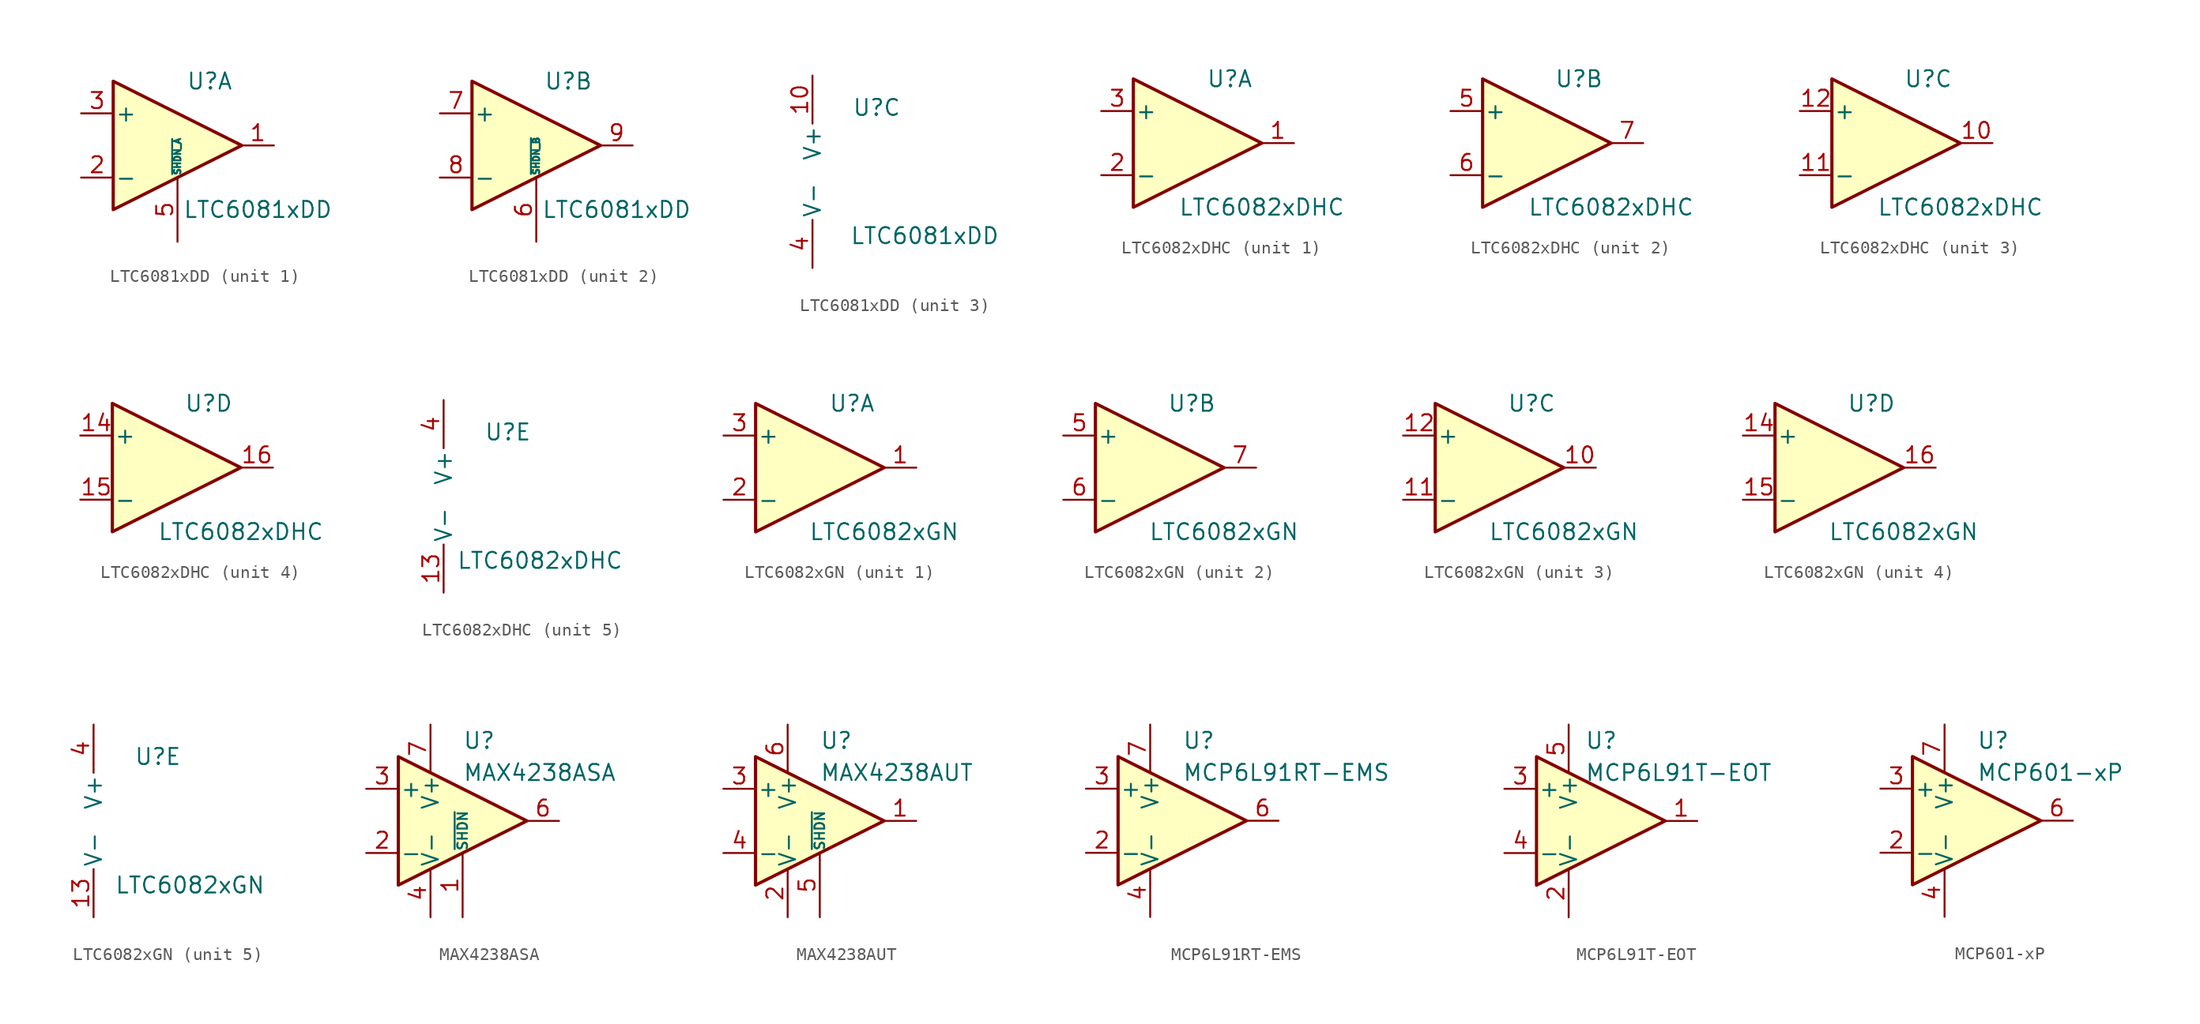
<source format=kicad_sym>
(kicad_symbol_lib
  (version 20200126)
  (host kicad_symbol_editor "(5.99.0-2908-g9a4f92dfd9)")
  (symbol "Bobs_Op_Amps:LTC6081xDD"
    (pin_names
      (offset 0.127))
    (property "Reference" "U"
      (at 2.54 5.08 0)
      (effects (font (size 1.27 1.27))))
    (property "Value" "LTC6081xDD"
      (at 6.35 -5.08 0)
      (effects (font (size 1.27 1.27))))
    (property "ki_locked" ""
      (at 0 0 0)
      (effects (font (size 1.27 1.27))))
    (symbol "LTC6081xDD_1_1"
      (polyline (pts (xy -5.08 5.08) (xy 5.08 0) (xy -5.08 -5.08) (xy -5.08 5.08)) (stroke (width 0.254)) (fill (type background)))
      (pin output line (at 7.62 0 180) (length 2.54) (name "~" (effects (font (size 1.27 1.27)))) (number "1" (effects (font (size 1.27 1.27)))))
      (pin input line (at -7.62 -2.54 0) (length 2.54) (name "-" (effects (font (size 1.27 1.27)))) (number "2" (effects (font (size 1.27 1.27)))))
      (pin input line (at -7.62 2.54 0) (length 2.54) (name "+" (effects (font (size 1.27 1.27)))) (number "3" (effects (font (size 1.27 1.27)))))
      (pin input line (at 0 -7.62 90) (length 5.08) (name "~SHDN_A" (effects (font (size 0.508 0.508)))) (number "5" (effects (font (size 1.27 1.27))))))
    (symbol "LTC6081xDD_2_1"
      (polyline (pts (xy -5.08 5.08) (xy 5.08 0) (xy -5.08 -5.08) (xy -5.08 5.08)) (stroke (width 0.254)) (fill (type background)))
      (pin input line (at 0 -7.62 90) (length 5.08) (name "~SHDN_B" (effects (font (size 0.508 0.508)))) (number "6" (effects (font (size 1.27 1.27)))))
      (pin input line (at -7.62 2.54 0) (length 2.54) (name "+" (effects (font (size 1.27 1.27)))) (number "7" (effects (font (size 1.27 1.27)))))
      (pin input line (at -7.62 -2.54 0) (length 2.54) (name "-" (effects (font (size 1.27 1.27)))) (number "8" (effects (font (size 1.27 1.27)))))
      (pin output line (at 7.62 0 180) (length 2.54) (name "~" (effects (font (size 1.27 1.27)))) (number "9" (effects (font (size 1.27 1.27))))))
    (symbol "LTC6081xDD_3_1"
      (pin power_in line (at -2.54 7.62 270) (length 3.81) (name "V+" (effects (font (size 1.27 1.27)))) (number "10" (effects (font (size 1.27 1.27)))))
      (pin passive line (at -2.54 -7.62 90) (length 3.81) hide (name "V-" (effects (font (size 1.27 1.27)))) (number "11" (effects (font (size 1.27 1.27)))))
      (pin power_in line (at -2.54 -7.62 90) (length 3.81) (name "V-" (effects (font (size 1.27 1.27)))) (number "4" (effects (font (size 1.27 1.27)))))))
  (symbol "Bobs_Op_Amps:LTC6082xDHC"
    (pin_names
      (offset 0.127))
    (property "Reference" "U"
      (at 2.54 5.08 0)
      (effects (font (size 1.27 1.27))))
    (property "Value" "LTC6082xDHC"
      (at 5.08 -5.08 0)
      (effects (font (size 1.27 1.27))))
    (property "ki_locked" ""
      (at 0 0 0)
      (effects (font (size 1.27 1.27))))
    (symbol "LTC6082xDHC_1_1"
      (polyline (pts (xy -5.08 5.08) (xy 5.08 0) (xy -5.08 -5.08) (xy -5.08 5.08)) (stroke (width 0.254)) (fill (type background)))
      (pin output line (at 7.62 0 180) (length 2.54) (name "~" (effects (font (size 1.27 1.27)))) (number "1" (effects (font (size 1.27 1.27)))))
      (pin input line (at -7.62 -2.54 0) (length 2.54) (name "-" (effects (font (size 1.27 1.27)))) (number "2" (effects (font (size 1.27 1.27)))))
      (pin input line (at -7.62 2.54 0) (length 2.54) (name "+" (effects (font (size 1.27 1.27)))) (number "3" (effects (font (size 1.27 1.27)))))
      (pin unconnected line (at -2.54 -2.54 90) (length 2.54) hide (name "NC" (effects (font (size 1.27 1.27)))) (number "8" (effects (font (size 1.27 1.27)))))
      (pin unconnected line (at 0 -2.54 90) (length 2.54) hide (name "NC" (effects (font (size 1.27 1.27)))) (number "9" (effects (font (size 1.27 1.27))))))
    (symbol "LTC6082xDHC_2_1"
      (polyline (pts (xy -5.08 5.08) (xy 5.08 0) (xy -5.08 -5.08) (xy -5.08 5.08)) (stroke (width 0.254)) (fill (type background)))
      (pin input line (at -7.62 2.54 0) (length 2.54) (name "+" (effects (font (size 1.27 1.27)))) (number "5" (effects (font (size 1.27 1.27)))))
      (pin input line (at -7.62 -2.54 0) (length 2.54) (name "-" (effects (font (size 1.27 1.27)))) (number "6" (effects (font (size 1.27 1.27)))))
      (pin output line (at 7.62 0 180) (length 2.54) (name "~" (effects (font (size 1.27 1.27)))) (number "7" (effects (font (size 1.27 1.27))))))
    (symbol "LTC6082xDHC_3_1"
      (polyline (pts (xy -5.08 5.08) (xy 5.08 0) (xy -5.08 -5.08) (xy -5.08 5.08)) (stroke (width 0.254)) (fill (type background)))
      (pin output line (at 7.62 0 180) (length 2.54) (name "~" (effects (font (size 1.27 1.27)))) (number "10" (effects (font (size 1.27 1.27)))))
      (pin input line (at -7.62 -2.54 0) (length 2.54) (name "-" (effects (font (size 1.27 1.27)))) (number "11" (effects (font (size 1.27 1.27)))))
      (pin input line (at -7.62 2.54 0) (length 2.54) (name "+" (effects (font (size 1.27 1.27)))) (number "12" (effects (font (size 1.27 1.27))))))
    (symbol "LTC6082xDHC_4_1"
      (polyline (pts (xy -5.08 5.08) (xy 5.08 0) (xy -5.08 -5.08) (xy -5.08 5.08)) (stroke (width 0.254)) (fill (type background)))
      (pin input line (at -7.62 2.54 0) (length 2.54) (name "+" (effects (font (size 1.27 1.27)))) (number "14" (effects (font (size 1.27 1.27)))))
      (pin input line (at -7.62 -2.54 0) (length 2.54) (name "-" (effects (font (size 1.27 1.27)))) (number "15" (effects (font (size 1.27 1.27)))))
      (pin output line (at 7.62 0 180) (length 2.54) (name "~" (effects (font (size 1.27 1.27)))) (number "16" (effects (font (size 1.27 1.27))))))
    (symbol "LTC6082xDHC_5_1"
      (pin power_in line (at -2.54 -7.62 90) (length 3.81) (name "V-" (effects (font (size 1.27 1.27)))) (number "13" (effects (font (size 1.27 1.27)))))
      (pin passive line (at -2.54 -7.62 90) (length 3.81) hide (name "V-" (effects (font (size 1.27 1.27)))) (number "17" (effects (font (size 1.27 1.27)))))
      (pin power_in line (at -2.54 7.62 270) (length 3.81) (name "V+" (effects (font (size 1.27 1.27)))) (number "4" (effects (font (size 1.27 1.27)))))))
  (symbol "Bobs_Op_Amps:LTC6082xGN"
    (pin_names
      (offset 0.127))
    (property "Reference" "U"
      (at 2.54 5.08 0)
      (effects (font (size 1.27 1.27))))
    (property "Value" "LTC6082xGN"
      (at 5.08 -5.08 0)
      (effects (font (size 1.27 1.27))))
    (property "ki_locked" ""
      (at 0 0 0)
      (effects (font (size 1.27 1.27))))
    (symbol "LTC6082xGN_1_1"
      (polyline (pts (xy -5.08 5.08) (xy 5.08 0) (xy -5.08 -5.08) (xy -5.08 5.08)) (stroke (width 0.254)) (fill (type background)))
      (pin output line (at 7.62 0 180) (length 2.54) (name "~" (effects (font (size 1.27 1.27)))) (number "1" (effects (font (size 1.27 1.27)))))
      (pin input line (at -7.62 -2.54 0) (length 2.54) (name "-" (effects (font (size 1.27 1.27)))) (number "2" (effects (font (size 1.27 1.27)))))
      (pin input line (at -7.62 2.54 0) (length 2.54) (name "+" (effects (font (size 1.27 1.27)))) (number "3" (effects (font (size 1.27 1.27)))))
      (pin unconnected line (at -2.54 -2.54 90) (length 2.54) hide (name "NC" (effects (font (size 1.27 1.27)))) (number "8" (effects (font (size 1.27 1.27)))))
      (pin unconnected line (at 0 -2.54 90) (length 2.54) hide (name "NC" (effects (font (size 1.27 1.27)))) (number "9" (effects (font (size 1.27 1.27))))))
    (symbol "LTC6082xGN_2_1"
      (polyline (pts (xy -5.08 5.08) (xy 5.08 0) (xy -5.08 -5.08) (xy -5.08 5.08)) (stroke (width 0.254)) (fill (type background)))
      (pin input line (at -7.62 2.54 0) (length 2.54) (name "+" (effects (font (size 1.27 1.27)))) (number "5" (effects (font (size 1.27 1.27)))))
      (pin input line (at -7.62 -2.54 0) (length 2.54) (name "-" (effects (font (size 1.27 1.27)))) (number "6" (effects (font (size 1.27 1.27)))))
      (pin output line (at 7.62 0 180) (length 2.54) (name "~" (effects (font (size 1.27 1.27)))) (number "7" (effects (font (size 1.27 1.27))))))
    (symbol "LTC6082xGN_3_1"
      (polyline (pts (xy -5.08 5.08) (xy 5.08 0) (xy -5.08 -5.08) (xy -5.08 5.08)) (stroke (width 0.254)) (fill (type background)))
      (pin output line (at 7.62 0 180) (length 2.54) (name "~" (effects (font (size 1.27 1.27)))) (number "10" (effects (font (size 1.27 1.27)))))
      (pin input line (at -7.62 -2.54 0) (length 2.54) (name "-" (effects (font (size 1.27 1.27)))) (number "11" (effects (font (size 1.27 1.27)))))
      (pin input line (at -7.62 2.54 0) (length 2.54) (name "+" (effects (font (size 1.27 1.27)))) (number "12" (effects (font (size 1.27 1.27))))))
    (symbol "LTC6082xGN_4_1"
      (polyline (pts (xy -5.08 5.08) (xy 5.08 0) (xy -5.08 -5.08) (xy -5.08 5.08)) (stroke (width 0.254)) (fill (type background)))
      (pin input line (at -7.62 2.54 0) (length 2.54) (name "+" (effects (font (size 1.27 1.27)))) (number "14" (effects (font (size 1.27 1.27)))))
      (pin input line (at -7.62 -2.54 0) (length 2.54) (name "-" (effects (font (size 1.27 1.27)))) (number "15" (effects (font (size 1.27 1.27)))))
      (pin output line (at 7.62 0 180) (length 2.54) (name "~" (effects (font (size 1.27 1.27)))) (number "16" (effects (font (size 1.27 1.27))))))
    (symbol "LTC6082xGN_5_1"
      (pin power_in line (at -2.54 -7.62 90) (length 3.81) (name "V-" (effects (font (size 1.27 1.27)))) (number "13" (effects (font (size 1.27 1.27)))))
      (pin power_in line (at -2.54 7.62 270) (length 3.81) (name "V+" (effects (font (size 1.27 1.27)))) (number "4" (effects (font (size 1.27 1.27)))))))
  (symbol "Bobs_Op_Amps:MAX4238ASA"
    (pin_names
      (offset 0.127))
    (property "Reference" "U"
      (at 0 6.35 0)
      (effects (font (size 1.27 1.27)) (justify left)))
    (property "Value" "MAX4238ASA"
      (at 0 3.81 0)
      (effects (font (size 1.27 1.27)) (justify left)))
    (symbol "MAX4238ASA_0_1"
      (polyline (pts (xy -5.08 5.08) (xy 5.08 0) (xy -5.08 -5.08) (xy -5.08 5.08)) (stroke (width 0.254)) (fill (type background))))
    (symbol "MAX4238ASA_1_1"
      (pin input line (at 0 -7.62 90) (length 5.08) (name "~SHDN" (effects (font (size 0.762 0.762)))) (number "1" (effects (font (size 1.27 1.27)))))
      (pin input line (at -7.62 -2.54 0) (length 2.54) (name "-" (effects (font (size 1.27 1.27)))) (number "2" (effects (font (size 1.27 1.27)))))
      (pin input line (at -7.62 2.54 0) (length 2.54) (name "+" (effects (font (size 1.27 1.27)))) (number "3" (effects (font (size 1.27 1.27)))))
      (pin power_in line (at -2.54 -7.62 90) (length 3.81) (name "V-" (effects (font (size 1.27 1.27)))) (number "4" (effects (font (size 1.27 1.27)))))
      (pin unconnected line (at 0 -2.54 90) (length 2.54) hide (name "NC" (effects (font (size 1.27 1.27)))) (number "5" (effects (font (size 1.27 1.27)))))
      (pin output line (at 7.62 0 180) (length 2.54) (name "~" (effects (font (size 1.27 1.27)))) (number "6" (effects (font (size 1.27 1.27)))))
      (pin power_in line (at -2.54 7.62 270) (length 3.81) (name "V+" (effects (font (size 1.27 1.27)))) (number "7" (effects (font (size 1.27 1.27)))))
      (pin unconnected line (at 0 2.54 270) (length 2.54) hide (name "NC" (effects (font (size 1.27 1.27)))) (number "8" (effects (font (size 1.27 1.27)))))))
  (symbol "Bobs_Op_Amps:MAX4238AUT"
    (pin_names
      (offset 0.127))
    (property "Reference" "U"
      (at 0 6.35 0)
      (effects (font (size 1.27 1.27)) (justify left)))
    (property "Value" "MAX4238AUT"
      (at 0 3.81 0)
      (effects (font (size 1.27 1.27)) (justify left)))
    (symbol "MAX4238AUT_0_1"
      (polyline (pts (xy -5.08 5.08) (xy 5.08 0) (xy -5.08 -5.08) (xy -5.08 5.08)) (stroke (width 0.254)) (fill (type background))))
    (symbol "MAX4238AUT_1_1"
      (pin output line (at 7.62 0 180) (length 2.54) (name "~" (effects (font (size 1.27 1.27)))) (number "1" (effects (font (size 1.27 1.27)))))
      (pin power_in line (at -2.54 -7.62 90) (length 3.81) (name "V-" (effects (font (size 1.27 1.27)))) (number "2" (effects (font (size 1.27 1.27)))))
      (pin input line (at -7.62 2.54 0) (length 2.54) (name "+" (effects (font (size 1.27 1.27)))) (number "3" (effects (font (size 1.27 1.27)))))
      (pin input line (at -7.62 -2.54 0) (length 2.54) (name "-" (effects (font (size 1.27 1.27)))) (number "4" (effects (font (size 1.27 1.27)))))
      (pin input line (at 0 -7.62 90) (length 5.08) (name "~SHDN" (effects (font (size 0.762 0.762)))) (number "5" (effects (font (size 1.27 1.27)))))
      (pin power_in line (at -2.54 7.62 270) (length 3.81) (name "V+" (effects (font (size 1.27 1.27)))) (number "6" (effects (font (size 1.27 1.27)))))))
  (symbol "Bobs_Op_Amps:MCP6L91RT-EMS"
    (pin_names
      (offset 0.127))
    (property "Reference" "U"
      (at 0 6.35 0)
      (effects (font (size 1.27 1.27)) (justify left)))
    (property "Value" "MCP6L91RT-EMS"
      (at 0 3.81 0)
      (effects (font (size 1.27 1.27)) (justify left)))
    (symbol "MCP6L91RT-EMS_0_1"
      (polyline (pts (xy -5.08 5.08) (xy 5.08 0) (xy -5.08 -5.08) (xy -5.08 5.08)) (stroke (width 0.254)) (fill (type background))))
    (symbol "MCP6L91RT-EMS_1_1"
      (pin unconnected line (at -2.54 2.54 270) (length 2.54) hide (name "NC" (effects (font (size 1.27 1.27)))) (number "1" (effects (font (size 1.27 1.27)))))
      (pin input line (at -7.62 -2.54 0) (length 2.54) (name "-" (effects (font (size 1.27 1.27)))) (number "2" (effects (font (size 1.27 1.27)))))
      (pin input line (at -7.62 2.54 0) (length 2.54) (name "+" (effects (font (size 1.27 1.27)))) (number "3" (effects (font (size 1.27 1.27)))))
      (pin power_in line (at -2.54 -7.62 90) (length 3.81) (name "V-" (effects (font (size 1.27 1.27)))) (number "4" (effects (font (size 1.27 1.27)))))
      (pin unconnected line (at 0 2.54 270) (length 2.54) hide (name "NC" (effects (font (size 1.27 1.27)))) (number "5" (effects (font (size 1.27 1.27)))))
      (pin output line (at 7.62 0 180) (length 2.54) (name "~" (effects (font (size 1.27 1.27)))) (number "6" (effects (font (size 1.27 1.27)))))
      (pin power_in line (at -2.54 7.62 270) (length 3.81) (name "V+" (effects (font (size 1.27 1.27)))) (number "7" (effects (font (size 1.27 1.27)))))
      (pin unconnected line (at 0 -2.54 90) (length 2.54) hide (name "NC" (effects (font (size 1.27 1.27)))) (number "8" (effects (font (size 1.27 1.27)))))))
  (symbol "Bobs_Op_Amps:MCP6L91T-EOT"
    (pin_names
      (offset 0.127))
    (property "Reference" "U"
      (at -1.27 6.35 0)
      (effects (font (size 1.27 1.27)) (justify left)))
    (property "Value" "MCP6L91T-EOT"
      (at -1.27 3.81 0)
      (effects (font (size 1.27 1.27)) (justify left)))
    (symbol "MCP6L91T-EOT_0_1"
      (polyline (pts (xy -5.08 5.08) (xy 5.08 0) (xy -5.08 -5.08) (xy -5.08 5.08)) (stroke (width 0.254)) (fill (type background)))
      (pin power_in line (at -2.54 -7.62 90) (length 3.81) (name "V-" (effects (font (size 1.27 1.27)))) (number "2" (effects (font (size 1.27 1.27)))))
      (pin power_in line (at -2.54 7.62 270) (length 3.81) (name "V+" (effects (font (size 1.27 1.27)))) (number "5" (effects (font (size 1.27 1.27))))))
    (symbol "MCP6L91T-EOT_1_1"
      (pin output line (at 7.62 0 180) (length 2.54) (name "~" (effects (font (size 1.27 1.27)))) (number "1" (effects (font (size 1.27 1.27)))))
      (pin input line (at -7.62 2.54 0) (length 2.54) (name "+" (effects (font (size 1.27 1.27)))) (number "3" (effects (font (size 1.27 1.27)))))
      (pin input line (at -7.62 -2.54 0) (length 2.54) (name "-" (effects (font (size 1.27 1.27)))) (number "4" (effects (font (size 1.27 1.27)))))))
  (symbol "Bobs_Op_Amps:MCP601-xP"
    (pin_names
      (offset 0.127))
    (property "Reference" "U"
      (at 0 6.35 0)
      (effects (font (size 1.27 1.27)) (justify left)))
    (property "Value" "MCP601-xP"
      (at 0 3.81 0)
      (effects (font (size 1.27 1.27)) (justify left)))
    (symbol "MCP601-xP_0_1"
      (polyline (pts (xy -5.08 5.08) (xy 5.08 0) (xy -5.08 -5.08) (xy -5.08 5.08)) (stroke (width 0.254)) (fill (type background))))
    (symbol "MCP601-xP_1_1"
      (pin unconnected line (at -5.08 -2.54 90) (length 2.54) hide (name "NC" (effects (font (size 1.27 1.27)))) (number "1" (effects (font (size 1.27 1.27)))))
      (pin input line (at -7.62 -2.54 0) (length 2.54) (name "-" (effects (font (size 1.27 1.27)))) (number "2" (effects (font (size 1.27 1.27)))))
      (pin input line (at -7.62 2.54 0) (length 2.54) (name "+" (effects (font (size 1.27 1.27)))) (number "3" (effects (font (size 1.27 1.27)))))
      (pin power_in line (at -2.54 -7.62 90) (length 3.81) (name "V-" (effects (font (size 1.27 1.27)))) (number "4" (effects (font (size 1.27 1.27)))))
      (pin unconnected line (at -2.54 -2.54 90) (length 2.54) hide (name "NC" (effects (font (size 1.27 1.27)))) (number "5" (effects (font (size 1.27 1.27)))))
      (pin output line (at 7.62 0 180) (length 2.54) (name "~" (effects (font (size 1.27 1.27)))) (number "6" (effects (font (size 1.27 1.27)))))
      (pin power_in line (at -2.54 7.62 270) (length 3.81) (name "V+" (effects (font (size 1.27 1.27)))) (number "7" (effects (font (size 1.27 1.27)))))
      (pin unconnected line (at 0 -2.54 90) (length 2.54) hide (name "NC" (effects (font (size 1.27 1.27)))) (number "8" (effects (font (size 1.27 1.27))))))))
</source>
